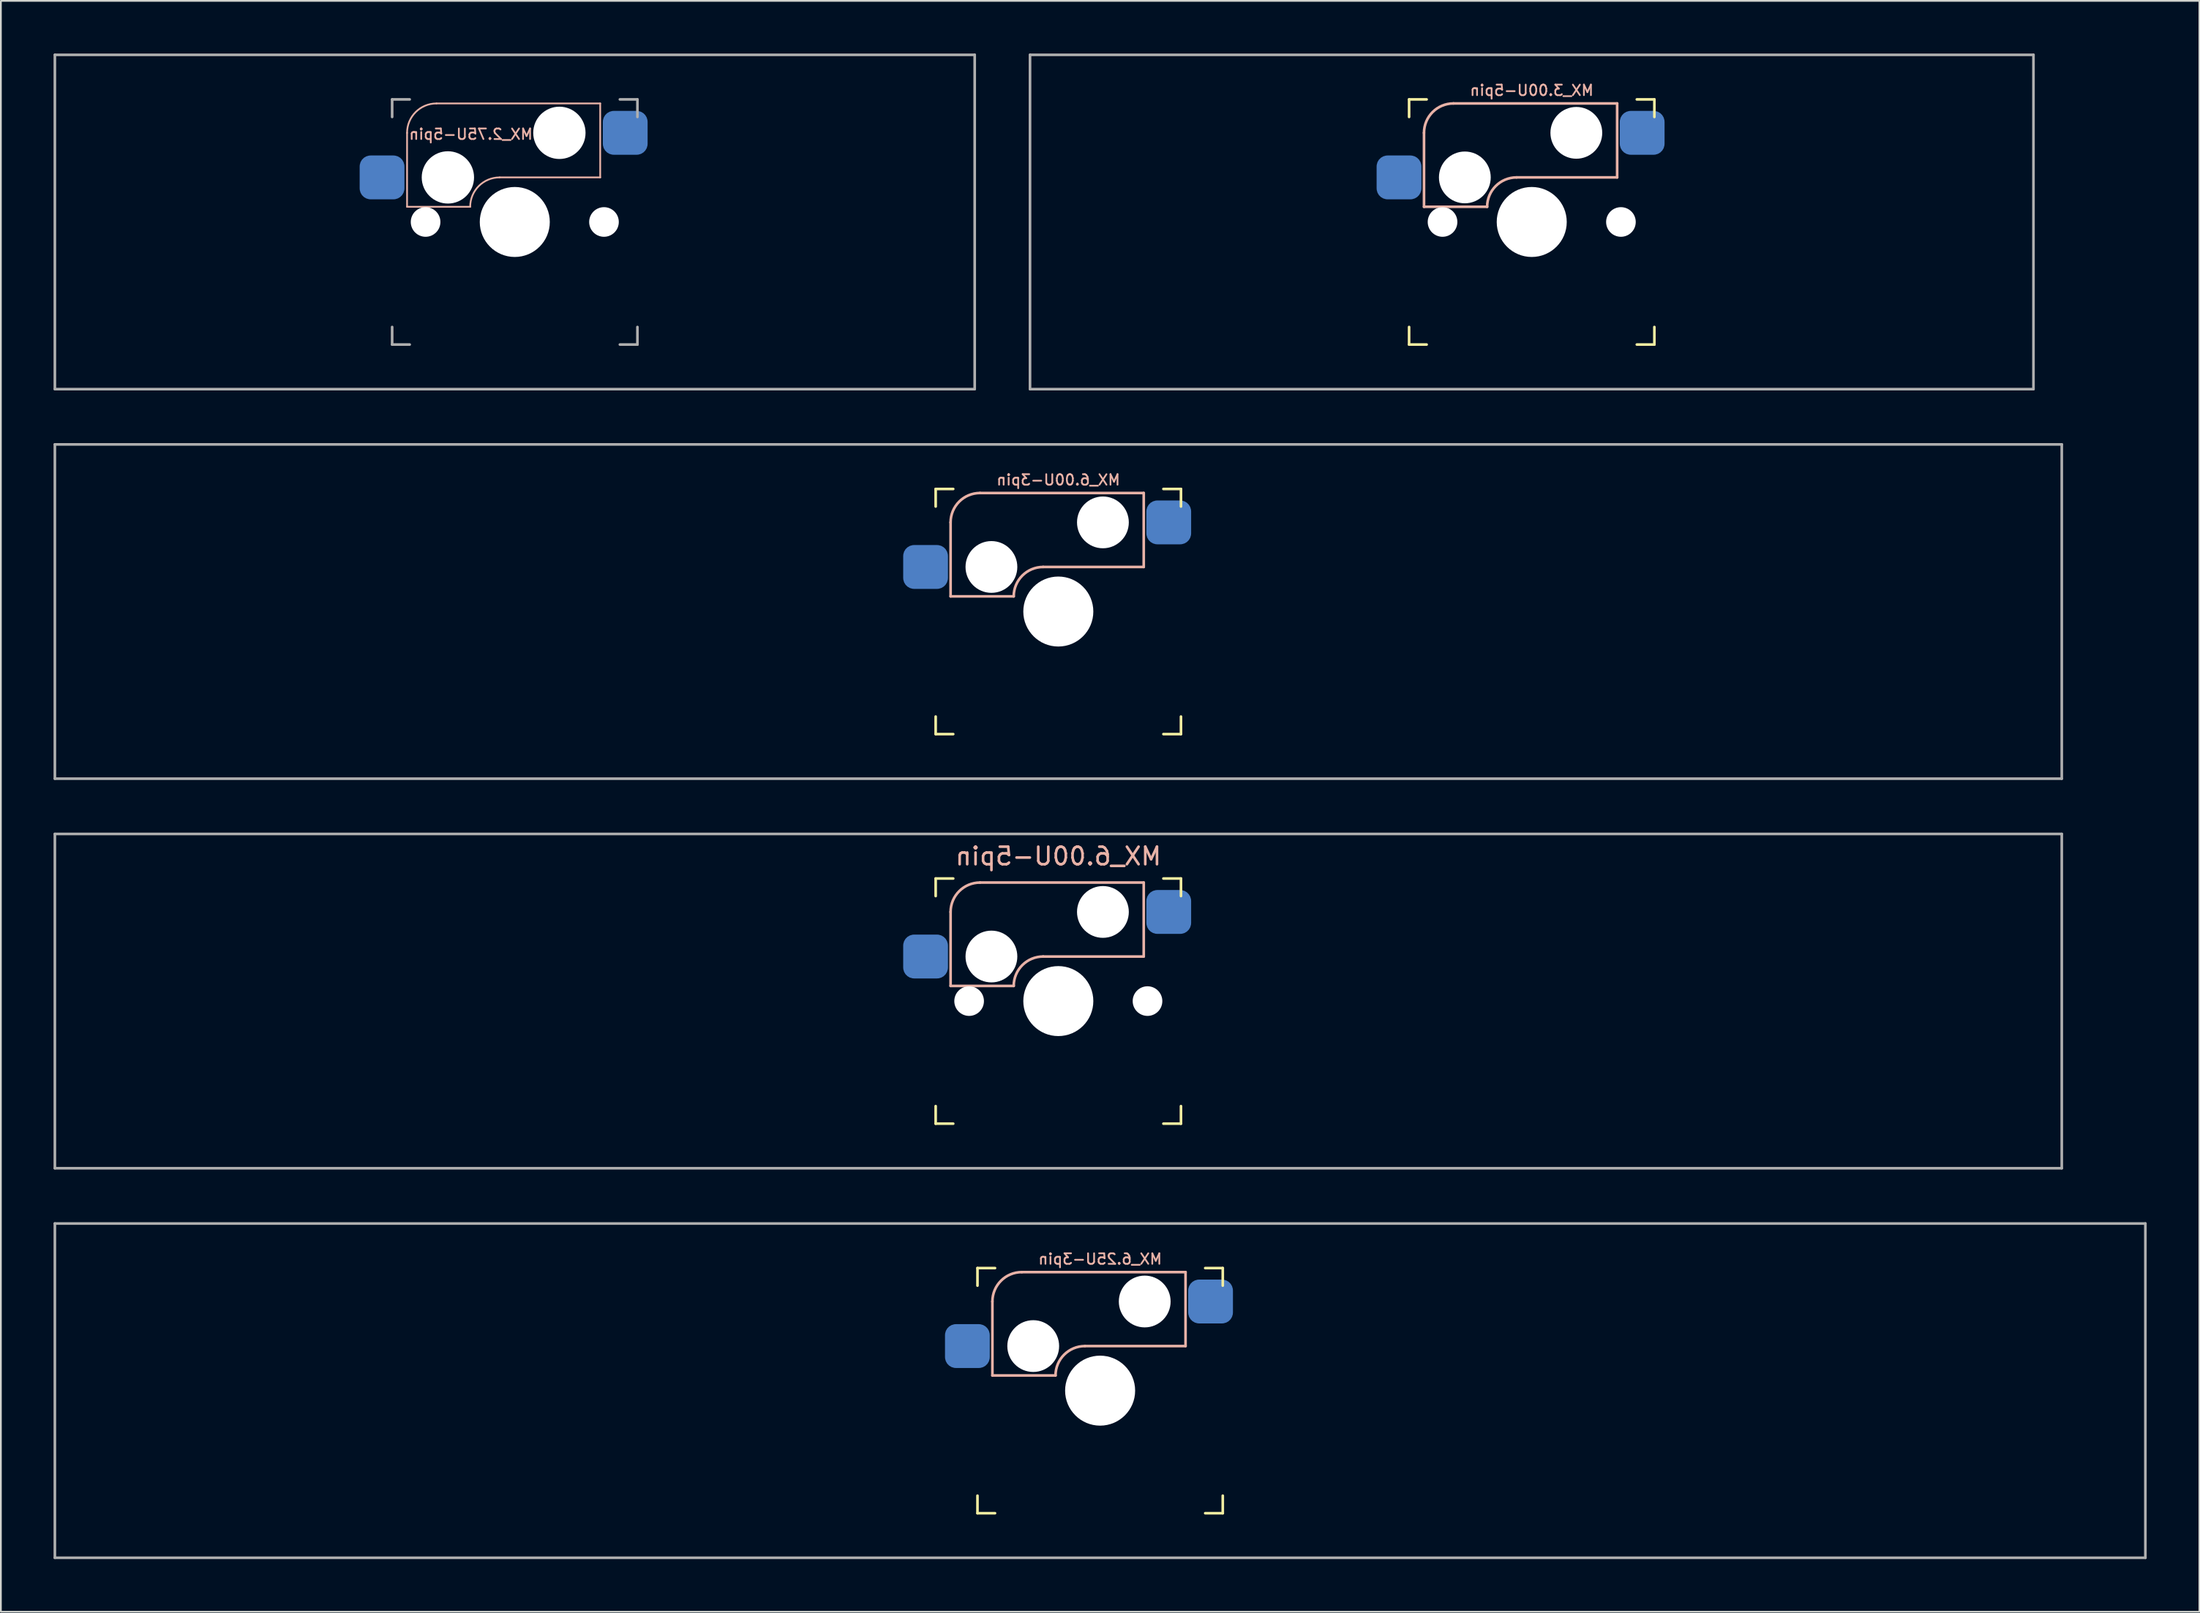
<source format=kicad_pcb>
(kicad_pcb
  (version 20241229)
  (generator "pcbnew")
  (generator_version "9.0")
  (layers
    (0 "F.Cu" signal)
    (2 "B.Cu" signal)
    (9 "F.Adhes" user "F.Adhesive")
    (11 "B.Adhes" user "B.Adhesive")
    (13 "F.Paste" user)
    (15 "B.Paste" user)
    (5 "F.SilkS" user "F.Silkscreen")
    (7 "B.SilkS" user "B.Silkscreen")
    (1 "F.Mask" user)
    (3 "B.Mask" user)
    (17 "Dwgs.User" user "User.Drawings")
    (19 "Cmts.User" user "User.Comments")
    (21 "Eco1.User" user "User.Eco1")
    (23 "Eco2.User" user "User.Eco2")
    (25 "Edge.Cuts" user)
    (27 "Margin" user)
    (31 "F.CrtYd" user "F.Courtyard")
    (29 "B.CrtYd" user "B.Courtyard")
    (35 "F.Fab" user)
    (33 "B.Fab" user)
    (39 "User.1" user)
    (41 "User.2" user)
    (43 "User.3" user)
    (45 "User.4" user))
  (footprint "MX_6.25U-3pin"
    (layer "F.Cu")
    (at 59.606 76.2)
    (property "Reference" "MX_6.25U-3pin" (at 0 -7.5 0) (layer "B.SilkS") (effects (font (size 0.6 0.6) (thickness 0.1)) (justify mirror)))
    (attr smd)
    (fp_line (start -6.985 -5.985) (end -6.985 -6.985) (stroke (width 0.15) (type solid)) (layer "F.SilkS"))
    (fp_line (start -6.985 6.985) (end -6.985 5.985) (stroke (width 0.15) (type solid)) (layer "F.SilkS"))
    (fp_line (start -6.985 6.985) (end -5.985 6.985) (stroke (width 0.15) (type solid)) (layer "F.SilkS"))
    (fp_line (start -5.985 -6.985) (end -6.985 -6.985) (stroke (width 0.15) (type solid)) (layer "F.SilkS"))
    (fp_line (start 5.985 6.985) (end 6.985 6.985) (stroke (width 0.15) (type solid)) (layer "F.SilkS"))
    (fp_line (start 6.985 -6.985) (end 5.985 -6.985) (stroke (width 0.15) (type solid)) (layer "F.SilkS"))
    (fp_line (start 6.985 -6.985) (end 6.985 -5.985) (stroke (width 0.15) (type solid)) (layer "F.SilkS"))
    (fp_line (start 6.985 5.985) (end 6.985 6.985) (stroke (width 0.15) (type solid)) (layer "F.SilkS"))
    (fp_line (start -6.135 -5.08) (end -6.135 -0.865) (stroke (width 0.15) (type solid)) (layer "B.SilkS"))
    (fp_line (start -6.135 -0.865) (end -2.54 -0.865) (stroke (width 0.15) (type solid)) (layer "B.SilkS"))
    (fp_line (start -4.46 -6.755) (end 4.865 -6.755) (stroke (width 0.15) (type solid)) (layer "B.SilkS"))
    (fp_line (start -0.865 -2.54) (end 4.865 -2.54) (stroke (width 0.15) (type solid)) (layer "B.SilkS"))
    (fp_line (start 4.865 -6.755) (end 4.865 -2.54) (stroke (width 0.15) (type solid)) (layer "B.SilkS"))
    (fp_arc (start -6.135 -5.08) (mid -5.644404 -6.264404) (end -4.46 -6.755) (stroke (width 0.15) (type solid)) (layer "B.SilkS"))
    (fp_arc (start -2.54 -0.865) (mid -2.049404 -2.049404) (end -0.865 -2.54) (stroke (width 0.15) (type solid)) (layer "B.SilkS"))
    (fp_line (start -6.985 6.985) (end -6.985 -6.985) (stroke (width 0.15) (type solid)) (layer "Eco2.User"))
    (fp_line (start -6.985 6.985) (end 6.985 6.985) (stroke (width 0.15) (type solid)) (layer "Eco2.User"))
    (fp_line (start 6.985 -6.985) (end -6.985 -6.985) (stroke (width 0.15) (type solid)) (layer "Eco2.User"))
    (fp_line (start 6.985 -6.985) (end 6.985 6.985) (stroke (width 0.15) (type solid)) (layer "Eco2.User"))
    (fp_line (start -59.531 -9.525) (end 59.531 -9.525) (stroke (width 0.15) (type solid)) (layer "F.Fab"))
    (fp_line (start -59.531 9.525) (end -59.531 -9.525) (stroke (width 0.15) (type solid)) (layer "F.Fab"))
    (fp_line (start 59.531 -9.525) (end 59.531 9.525) (stroke (width 0.15) (type solid)) (layer "F.Fab"))
    (fp_line (start 59.531 9.525) (end -59.531 9.525) (stroke (width 0.15) (type solid)) (layer "F.Fab"))
    (pad "" np_thru_hole circle (at -3.81 -2.54) (size 2.95 2.95) (drill 2.95) (layers "*.Cu" "*.Mask"))
    (pad "" np_thru_hole circle (at 0 0) (size 3.988 3.988) (drill 3.988) (layers "*.Cu" "*.Mask"))
    (pad "" np_thru_hole circle (at 2.54 -5.08) (size 2.95 2.95) (drill 2.95) (layers "*.Cu" "*.Mask"))
    (pad "1" smd roundrect (at 6.29 -5.08) (size 2.55 2.5) (layers "B.Cu" "B.Mask" "B.Paste") (roundrect_rratio 0.25))
    (pad "2" smd roundrect (at -7.56 -2.54) (size 2.55 2.5) (layers "B.Cu" "B.Mask" "B.Paste") (roundrect_rratio 0.25)))
  (footprint "MX_6.00U-3pin"
    (layer "F.Cu")
    (at 57.225 31.8)
    (property "Reference" "MX_6.00U-3pin" (at 0 -7.5 0) (layer "B.SilkS") (effects (font (size 0.6 0.6) (thickness 0.1)) (justify mirror)))
    (attr smd)
    (fp_line (start -6.985 -5.985) (end -6.985 -6.985) (stroke (width 0.15) (type solid)) (layer "F.SilkS"))
    (fp_line (start -6.985 6.985) (end -6.985 5.985) (stroke (width 0.15) (type solid)) (layer "F.SilkS"))
    (fp_line (start -6.985 6.985) (end -5.985 6.985) (stroke (width 0.15) (type solid)) (layer "F.SilkS"))
    (fp_line (start -5.985 -6.985) (end -6.985 -6.985) (stroke (width 0.15) (type solid)) (layer "F.SilkS"))
    (fp_line (start 5.985 6.985) (end 6.985 6.985) (stroke (width 0.15) (type solid)) (layer "F.SilkS"))
    (fp_line (start 6.985 -6.985) (end 5.985 -6.985) (stroke (width 0.15) (type solid)) (layer "F.SilkS"))
    (fp_line (start 6.985 -6.985) (end 6.985 -5.985) (stroke (width 0.15) (type solid)) (layer "F.SilkS"))
    (fp_line (start 6.985 5.985) (end 6.985 6.985) (stroke (width 0.15) (type solid)) (layer "F.SilkS"))
    (fp_line (start -6.135 -5.08) (end -6.135 -0.865) (stroke (width 0.15) (type solid)) (layer "B.SilkS"))
    (fp_line (start -6.135 -0.865) (end -2.54 -0.865) (stroke (width 0.15) (type solid)) (layer "B.SilkS"))
    (fp_line (start -4.46 -6.755) (end 4.865 -6.755) (stroke (width 0.15) (type solid)) (layer "B.SilkS"))
    (fp_line (start -0.865 -2.54) (end 4.865 -2.54) (stroke (width 0.15) (type solid)) (layer "B.SilkS"))
    (fp_line (start 4.865 -6.755) (end 4.865 -2.54) (stroke (width 0.15) (type solid)) (layer "B.SilkS"))
    (fp_arc (start -6.135 -5.08) (mid -5.644404 -6.264404) (end -4.46 -6.755) (stroke (width 0.15) (type solid)) (layer "B.SilkS"))
    (fp_arc (start -2.54 -0.865) (mid -2.049404 -2.049404) (end -0.865 -2.54) (stroke (width 0.15) (type solid)) (layer "B.SilkS"))
    (fp_line (start -6.985 6.985) (end -6.985 -6.985) (stroke (width 0.15) (type solid)) (layer "Eco2.User"))
    (fp_line (start -6.985 6.985) (end 6.985 6.985) (stroke (width 0.15) (type solid)) (layer "Eco2.User"))
    (fp_line (start 6.985 -6.985) (end -6.985 -6.985) (stroke (width 0.15) (type solid)) (layer "Eco2.User"))
    (fp_line (start 6.985 -6.985) (end 6.985 6.985) (stroke (width 0.15) (type solid)) (layer "Eco2.User"))
    (fp_line (start -57.15 -9.525) (end 57.15 -9.525) (stroke (width 0.15) (type solid)) (layer "F.Fab"))
    (fp_line (start -57.15 9.525) (end -57.15 -9.525) (stroke (width 0.15) (type solid)) (layer "F.Fab"))
    (fp_line (start 57.15 -9.525) (end 57.15 9.525) (stroke (width 0.15) (type solid)) (layer "F.Fab"))
    (fp_line (start 57.15 9.525) (end -57.15 9.525) (stroke (width 0.15) (type solid)) (layer "F.Fab"))
    (pad "" np_thru_hole circle (at -3.81 -2.54) (size 2.95 2.95) (drill 2.95) (layers "*.Cu" "*.Mask"))
    (pad "" np_thru_hole circle (at 0 0) (size 3.988 3.988) (drill 3.988) (layers "*.Cu" "*.Mask"))
    (pad "" np_thru_hole circle (at 2.54 -5.08) (size 2.95 2.95) (drill 2.95) (layers "*.Cu" "*.Mask"))
    (pad "1" smd roundrect (at 6.29 -5.08) (size 2.55 2.5) (layers "B.Cu" "B.Mask" "B.Paste") (roundrect_rratio 0.25))
    (pad "2" smd roundrect (at -7.56 -2.54) (size 2.55 2.5) (layers "B.Cu" "B.Mask" "B.Paste") (roundrect_rratio 0.25)))
  (footprint "MX_6.00U-5pin"
    (layer "F.Cu")
    (at 57.225 54)
    (property "Reference" "MX_6.00U-5pin" (at 0 -8.255 0) (layer "B.SilkS") (effects (font (size 1 1) (thickness 0.15)) (justify mirror)))
    (attr smd)
    (fp_line (start -6.985 -5.985) (end -6.985 -6.985) (stroke (width 0.15) (type solid)) (layer "F.SilkS"))
    (fp_line (start -6.985 6.985) (end -6.985 5.985) (stroke (width 0.15) (type solid)) (layer "F.SilkS"))
    (fp_line (start -6.985 6.985) (end -5.985 6.985) (stroke (width 0.15) (type solid)) (layer "F.SilkS"))
    (fp_line (start -5.985 -6.985) (end -6.985 -6.985) (stroke (width 0.15) (type solid)) (layer "F.SilkS"))
    (fp_line (start 5.985 6.985) (end 6.985 6.985) (stroke (width 0.15) (type solid)) (layer "F.SilkS"))
    (fp_line (start 6.985 -6.985) (end 5.985 -6.985) (stroke (width 0.15) (type solid)) (layer "F.SilkS"))
    (fp_line (start 6.985 -6.985) (end 6.985 -5.985) (stroke (width 0.15) (type solid)) (layer "F.SilkS"))
    (fp_line (start 6.985 5.985) (end 6.985 6.985) (stroke (width 0.15) (type solid)) (layer "F.SilkS"))
    (fp_line (start -6.135 -5.08) (end -6.135 -0.865) (stroke (width 0.15) (type solid)) (layer "B.SilkS"))
    (fp_line (start -6.135 -0.865) (end -2.54 -0.865) (stroke (width 0.15) (type solid)) (layer "B.SilkS"))
    (fp_line (start -4.46 -6.755) (end 4.865 -6.755) (stroke (width 0.15) (type solid)) (layer "B.SilkS"))
    (fp_line (start -0.865 -2.54) (end 4.865 -2.54) (stroke (width 0.15) (type solid)) (layer "B.SilkS"))
    (fp_line (start 4.865 -6.755) (end 4.865 -2.54) (stroke (width 0.15) (type solid)) (layer "B.SilkS"))
    (fp_arc (start -6.135 -5.08) (mid -5.644404 -6.264404) (end -4.46 -6.755) (stroke (width 0.15) (type solid)) (layer "B.SilkS"))
    (fp_arc (start -2.54 -0.865) (mid -2.049404 -2.049404) (end -0.865 -2.54) (stroke (width 0.15) (type solid)) (layer "B.SilkS"))
    (fp_line (start -6.985 6.985) (end -6.985 -6.985) (stroke (width 0.15) (type solid)) (layer "Eco2.User"))
    (fp_line (start -6.985 6.985) (end 6.985 6.985) (stroke (width 0.15) (type solid)) (layer "Eco2.User"))
    (fp_line (start 6.985 -6.985) (end -6.985 -6.985) (stroke (width 0.15) (type solid)) (layer "Eco2.User"))
    (fp_line (start 6.985 -6.985) (end 6.985 6.985) (stroke (width 0.15) (type solid)) (layer "Eco2.User"))
    (fp_line (start -57.15 -9.525) (end 57.15 -9.525) (stroke (width 0.15) (type solid)) (layer "F.Fab"))
    (fp_line (start -57.15 9.525) (end -57.15 -9.525) (stroke (width 0.15) (type solid)) (layer "F.Fab"))
    (fp_line (start 57.15 -9.525) (end 57.15 9.525) (stroke (width 0.15) (type solid)) (layer "F.Fab"))
    (fp_line (start 57.15 9.525) (end -57.15 9.525) (stroke (width 0.15) (type solid)) (layer "F.Fab"))
    (pad "" np_thru_hole circle (at -5.08 0) (size 1.688 1.688) (drill 1.688) (layers "*.Cu" "*.Mask"))
    (pad "" np_thru_hole circle (at -3.81 -2.54) (size 2.95 2.95) (drill 2.95) (layers "*.Cu" "*.Mask"))
    (pad "" np_thru_hole circle (at 0 0) (size 3.988 3.988) (drill 3.988) (layers "*.Cu" "*.Mask"))
    (pad "" np_thru_hole circle (at 2.54 -5.08) (size 2.95 2.95) (drill 2.95) (layers "*.Cu" "*.Mask"))
    (pad "" np_thru_hole circle (at 5.08 0) (size 1.688 1.688) (drill 1.688) (layers "*.Cu" "*.Mask"))
    (pad "1" smd roundrect (at 6.29 -5.08) (size 2.55 2.5) (layers "B.Cu" "B.Mask" "B.Paste") (roundrect_rratio 0.25))
    (pad "2" smd roundrect (at -7.56 -2.54) (size 2.55 2.5) (layers "B.Cu" "B.Mask" "B.Paste") (roundrect_rratio 0.25)))
  (footprint "MX_2.75U-5pin"
    (layer "F.Cu")
    (at 26.269 9.6)
    (property "Reference" "MX_2.75U-5pin" (at -2.5 -5 0) (layer "B.SilkS") (effects (font (size 0.6 0.6) (thickness 0.1)) (justify mirror)))
    (attr smd)
    (fp_line (start -6.135 -5.08) (end -6.135 -0.865) (stroke (width 0.1) (type solid)) (layer "B.SilkS"))
    (fp_line (start -6.135 -0.865) (end -2.54 -0.865) (stroke (width 0.1) (type solid)) (layer "B.SilkS"))
    (fp_line (start -4.46 -6.755) (end 4.865 -6.755) (stroke (width 0.1) (type solid)) (layer "B.SilkS"))
    (fp_line (start -0.865 -2.54) (end 4.865 -2.54) (stroke (width 0.1) (type solid)) (layer "B.SilkS"))
    (fp_line (start 4.865 -6.755) (end 4.865 -2.54) (stroke (width 0.1) (type solid)) (layer "B.SilkS"))
    (fp_arc (start -6.135 -5.08) (mid -5.644404 -6.264404) (end -4.46 -6.755) (stroke (width 0.1) (type solid)) (layer "B.SilkS"))
    (fp_arc (start -2.54 -0.865) (mid -2.049404 -2.049404) (end -0.865 -2.54) (stroke (width 0.1) (type solid)) (layer "B.SilkS"))
    (fp_line (start -6.985 6.985) (end -6.985 -6.985) (stroke (width 0.15) (type solid)) (layer "Eco2.User"))
    (fp_line (start -6.985 6.985) (end 6.985 6.985) (stroke (width 0.15) (type solid)) (layer "Eco2.User"))
    (fp_line (start 6.985 -6.985) (end -6.985 -6.985) (stroke (width 0.15) (type solid)) (layer "Eco2.User"))
    (fp_line (start 6.985 -6.985) (end 6.985 6.985) (stroke (width 0.15) (type solid)) (layer "Eco2.User"))
    (fp_line (start -26.194 -9.525) (end 26.194 -9.525) (stroke (width 0.15) (type solid)) (layer "F.Fab"))
    (fp_line (start -26.194 9.525) (end -26.194 -9.525) (stroke (width 0.15) (type solid)) (layer "F.Fab"))
    (fp_line (start -6.985 -5.985) (end -6.985 -6.985) (stroke (width 0.15) (type solid)) (layer "F.Fab"))
    (fp_line (start -6.985 6.985) (end -6.985 5.985) (stroke (width 0.15) (type solid)) (layer "F.Fab"))
    (fp_line (start -6.985 6.985) (end -5.985 6.985) (stroke (width 0.15) (type solid)) (layer "F.Fab"))
    (fp_line (start -5.985 -6.985) (end -6.985 -6.985) (stroke (width 0.15) (type solid)) (layer "F.Fab"))
    (fp_line (start 5.985 6.985) (end 6.985 6.985) (stroke (width 0.15) (type solid)) (layer "F.Fab"))
    (fp_line (start 6.985 -6.985) (end 5.985 -6.985) (stroke (width 0.15) (type solid)) (layer "F.Fab"))
    (fp_line (start 6.985 -6.985) (end 6.985 -5.985) (stroke (width 0.15) (type solid)) (layer "F.Fab"))
    (fp_line (start 6.985 5.985) (end 6.985 6.985) (stroke (width 0.15) (type solid)) (layer "F.Fab"))
    (fp_line (start 26.194 -9.525) (end 26.194 9.525) (stroke (width 0.15) (type solid)) (layer "F.Fab"))
    (fp_line (start 26.194 9.525) (end -26.194 9.525) (stroke (width 0.15) (type solid)) (layer "F.Fab"))
    (pad "" np_thru_hole circle (at -5.08 0) (size 1.688 1.688) (drill 1.688) (layers "*.Cu" "*.Mask"))
    (pad "" np_thru_hole circle (at -3.81 -2.54) (size 2.98 2.98) (drill 2.98) (layers "*.Cu" "*.Mask"))
    (pad "" np_thru_hole circle (at 0 0) (size 3.988 3.988) (drill 3.988) (layers "*.Cu" "*.Mask"))
    (pad "" np_thru_hole circle (at 2.54 -5.08) (size 2.98 2.98) (drill 2.98) (layers "*.Cu" "*.Mask"))
    (pad "" np_thru_hole circle (at 5.08 0) (size 1.688 1.688) (drill 1.688) (layers "*.Cu" "*.Mask"))
    (pad "1" smd roundrect (at 6.29 -5.08) (size 2.55 2.5) (layers "B.Cu" "B.Mask" "B.Paste") (roundrect_rratio 0.25))
    (pad "2" smd roundrect (at -7.56 -2.54) (size 2.55 2.5) (layers "B.Cu" "B.Mask" "B.Paste") (roundrect_rratio 0.25)))
  (footprint "MX_3.00U-5pin"
    (layer "F.Cu")
    (at 84.188 9.6)
    (property "Reference" "MX_3.00U-5pin" (at 0 -7.5 0) (layer "B.SilkS") (effects (font (size 0.6 0.6) (thickness 0.1)) (justify mirror)))
    (attr smd)
    (fp_line (start -6.985 -5.985) (end -6.985 -6.985) (stroke (width 0.15) (type solid)) (layer "F.SilkS"))
    (fp_line (start -6.985 6.985) (end -6.985 5.985) (stroke (width 0.15) (type solid)) (layer "F.SilkS"))
    (fp_line (start -6.985 6.985) (end -5.985 6.985) (stroke (width 0.15) (type solid)) (layer "F.SilkS"))
    (fp_line (start -5.985 -6.985) (end -6.985 -6.985) (stroke (width 0.15) (type solid)) (layer "F.SilkS"))
    (fp_line (start 5.985 6.985) (end 6.985 6.985) (stroke (width 0.15) (type solid)) (layer "F.SilkS"))
    (fp_line (start 6.985 -6.985) (end 5.985 -6.985) (stroke (width 0.15) (type solid)) (layer "F.SilkS"))
    (fp_line (start 6.985 -6.985) (end 6.985 -5.985) (stroke (width 0.15) (type solid)) (layer "F.SilkS"))
    (fp_line (start 6.985 5.985) (end 6.985 6.985) (stroke (width 0.15) (type solid)) (layer "F.SilkS"))
    (fp_line (start -6.135 -5.08) (end -6.135 -0.865) (stroke (width 0.15) (type solid)) (layer "B.SilkS"))
    (fp_line (start -6.135 -0.865) (end -2.54 -0.865) (stroke (width 0.15) (type solid)) (layer "B.SilkS"))
    (fp_line (start -4.46 -6.755) (end 4.865 -6.755) (stroke (width 0.15) (type solid)) (layer "B.SilkS"))
    (fp_line (start -0.865 -2.54) (end 4.865 -2.54) (stroke (width 0.15) (type solid)) (layer "B.SilkS"))
    (fp_line (start 4.865 -6.755) (end 4.865 -2.54) (stroke (width 0.15) (type solid)) (layer "B.SilkS"))
    (fp_arc (start -6.135 -5.08) (mid -5.644404 -6.264404) (end -4.46 -6.755) (stroke (width 0.15) (type solid)) (layer "B.SilkS"))
    (fp_arc (start -2.54 -0.865) (mid -2.049404 -2.049404) (end -0.865 -2.54) (stroke (width 0.15) (type solid)) (layer "B.SilkS"))
    (fp_line (start -6.985 6.985) (end -6.985 -6.985) (stroke (width 0.15) (type solid)) (layer "Eco2.User"))
    (fp_line (start -6.985 6.985) (end 6.985 6.985) (stroke (width 0.15) (type solid)) (layer "Eco2.User"))
    (fp_line (start 6.985 -6.985) (end -6.985 -6.985) (stroke (width 0.15) (type solid)) (layer "Eco2.User"))
    (fp_line (start 6.985 -6.985) (end 6.985 6.985) (stroke (width 0.15) (type solid)) (layer "Eco2.User"))
    (fp_line (start -28.575 -9.525) (end 28.575 -9.525) (stroke (width 0.15) (type solid)) (layer "F.Fab"))
    (fp_line (start -28.575 9.525) (end -28.575 -9.525) (stroke (width 0.15) (type solid)) (layer "F.Fab"))
    (fp_line (start 28.575 -9.525) (end 28.575 9.525) (stroke (width 0.15) (type solid)) (layer "F.Fab"))
    (fp_line (start 28.575 9.525) (end -28.575 9.525) (stroke (width 0.15) (type solid)) (layer "F.Fab"))
    (pad "" np_thru_hole circle (at -5.08 0) (size 1.688 1.688) (drill 1.688) (layers "*.Cu" "*.Mask"))
    (pad "" np_thru_hole circle (at -3.81 -2.54) (size 2.95 2.95) (drill 2.95) (layers "*.Cu" "*.Mask"))
    (pad "" np_thru_hole circle (at 0 0) (size 3.988 3.988) (drill 3.988) (layers "*.Cu" "*.Mask"))
    (pad "" np_thru_hole circle (at 2.54 -5.08) (size 2.95 2.95) (drill 2.95) (layers "*.Cu" "*.Mask"))
    (pad "" np_thru_hole circle (at 5.08 0) (size 1.688 1.688) (drill 1.688) (layers "*.Cu" "*.Mask"))
    (pad "1" smd roundrect (at 6.29 -5.08) (size 2.55 2.5) (layers "B.Cu" "B.Mask" "B.Paste") (roundrect_rratio 0.25))
    (pad "2" smd roundrect (at -7.56 -2.54) (size 2.55 2.5) (layers "B.Cu" "B.Mask" "B.Paste") (roundrect_rratio 0.25)))
  (gr_rect
    (start -3 -3)
    (end 122.213 88.8)
    (stroke (width 0.1) (type default))
    (fill no)
    (layer "Edge.Cuts")))
</source>
